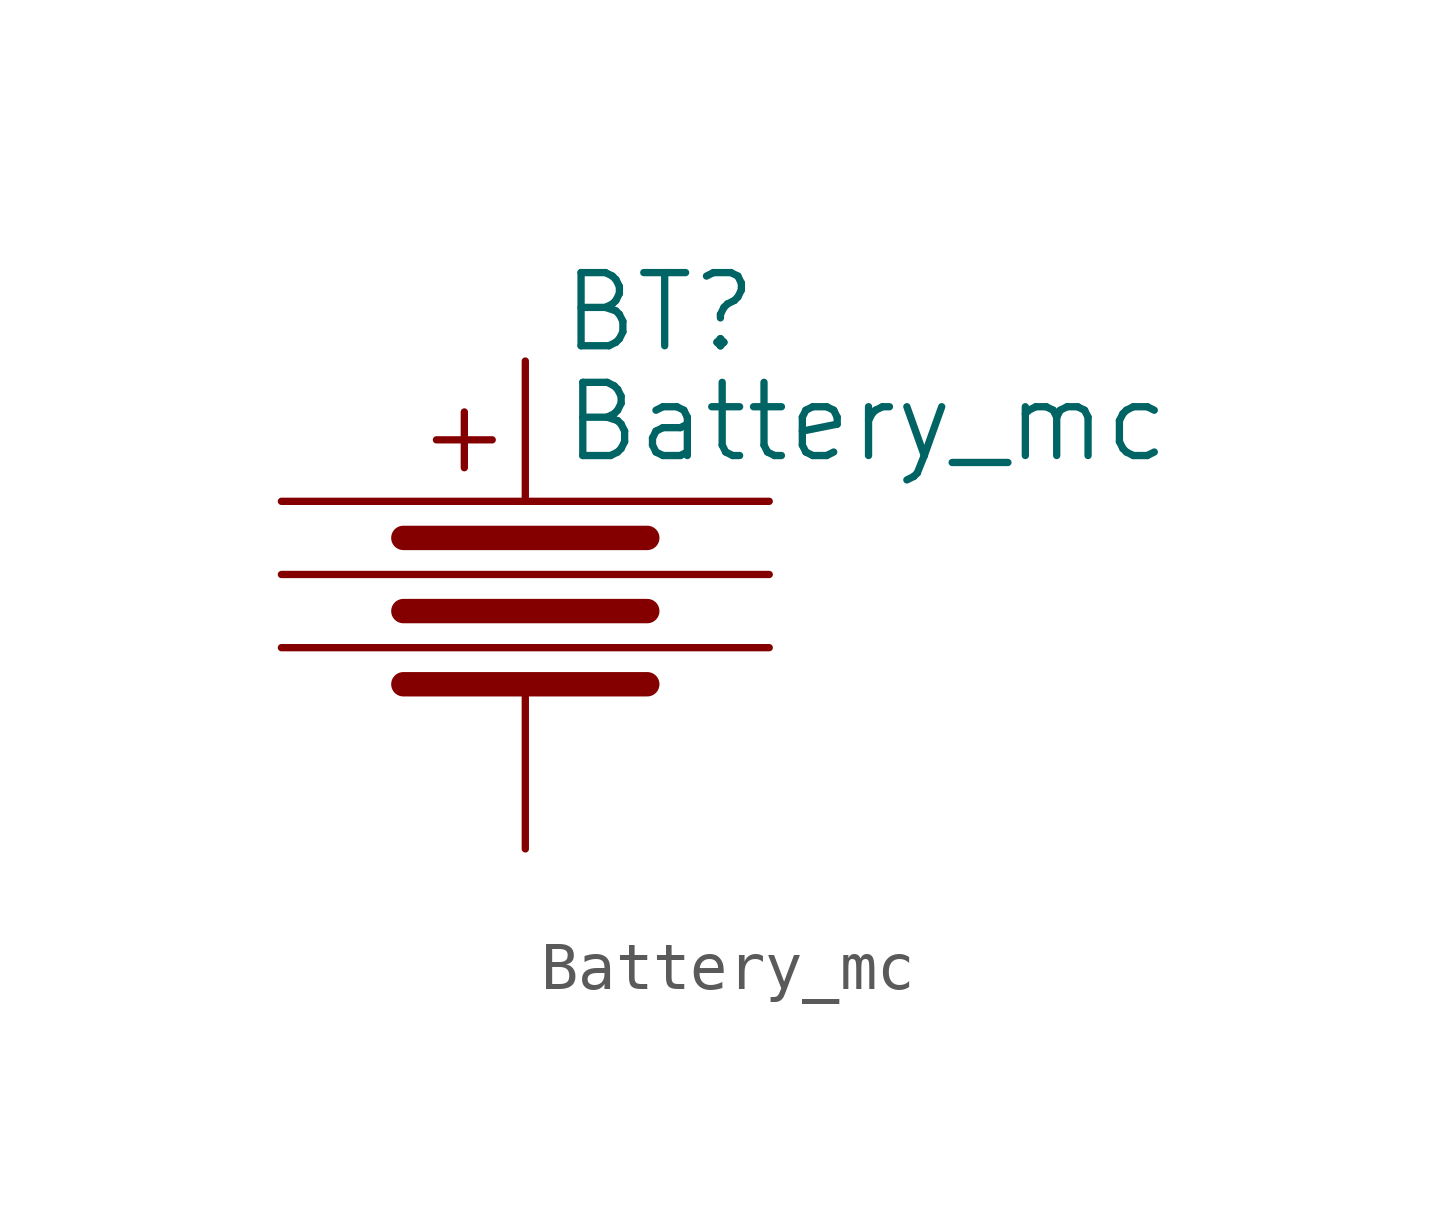
<source format=kicad_sym>
(kicad_symbol_lib
  (version 20211014)
  (generator kicad_symbol_editor)
  (symbol "Battery_mc"
    (pin_numbers hide)
    (pin_names
      (offset 0) hide)
    (property "Reference" "BT"
      (at 2.794 6.096 0)
      (effects (font (size 1.524 1.524))))
    (property "Value" "Battery_mc"
      (at 7.112 3.81 0)
      (effects (font (size 1.524 1.524))))
    (symbol "Battery_mc_0_0"
      (text "+" (at -1.27 3.556 0) (effects (font (size 1.524 1.524)))))
    (symbol "Battery_mc_0_1"
      (rectangle (start -2.54 -1.651) (end 2.54 -1.651) (stroke (width 0.508) (type default) (color 0 0 0 0)) (fill (type background)))
      (rectangle (start -2.54 -0.127) (end 2.54 -0.127) (stroke (width 0.508) (type default) (color 0 0 0 0)) (fill (type background)))
      (rectangle (start -2.54 1.397) (end 2.54 1.397) (stroke (width 0.508) (type default) (color 0 0 0 0)) (fill (type background)))
      (polyline (pts (xy -5.08 -0.889) (xy 5.08 -0.889)) (stroke (width 0) (type default) (color 0 0 0 0)) (fill (type none)))
      (polyline (pts (xy -5.08 0.635) (xy 5.08 0.635)) (stroke (width 0) (type default) (color 0 0 0 0)) (fill (type none)))
      (polyline (pts (xy -5.08 2.159) (xy 5.08 2.159)) (stroke (width 0) (type default) (color 0 0 0 0)) (fill (type none))))
    (symbol "Battery_mc_1_1"
      (pin input line (at 0 5.08 270) (length 2.845) (name "+" (effects (font (size 1.27 1.27)))) (number "~" (effects (font (size 1.27 1.27)))))
      (pin input line (at 0 -5.08 90) (length 3.327) (name "-" (effects (font (size 1.27 1.27)))) (number "~" (effects (font (size 1.27 1.27))))))))
</source>
